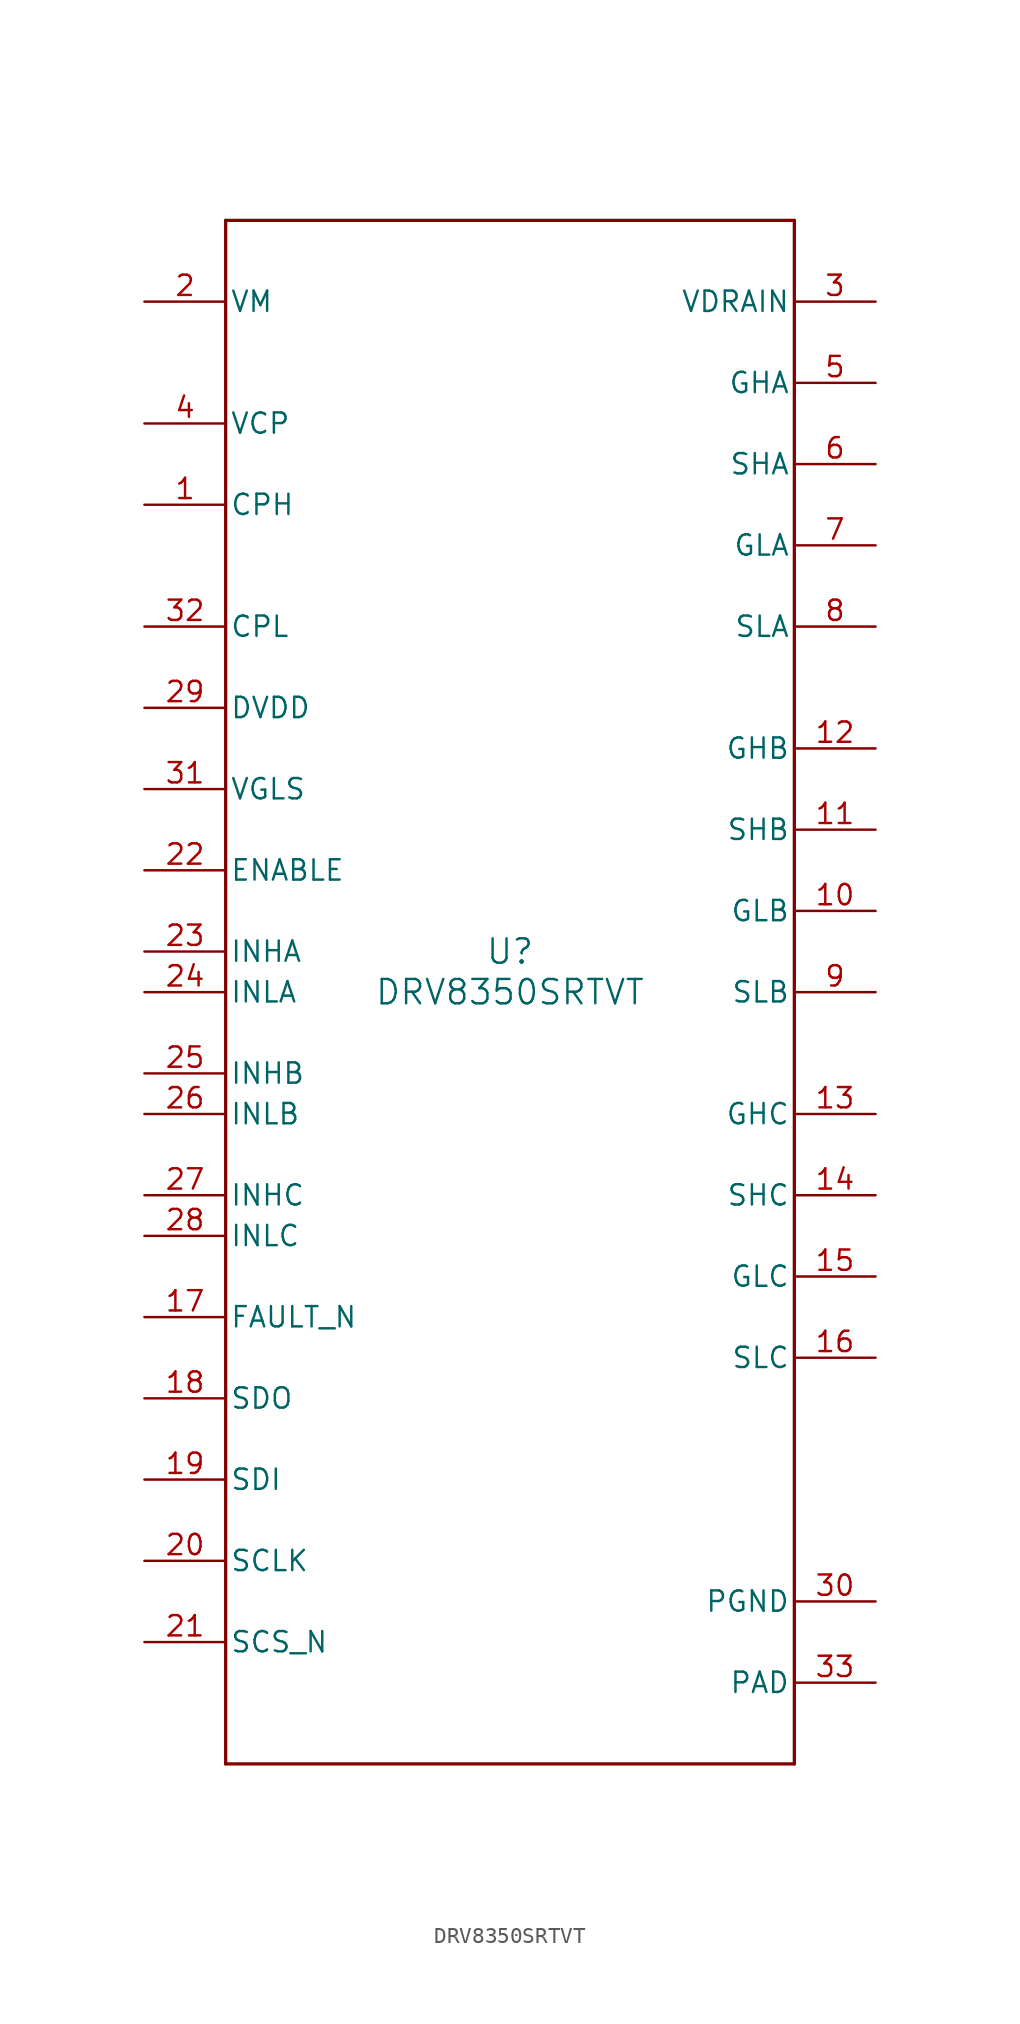
<source format=kicad_sym>
(kicad_symbol_lib
  (version 20211014)
  (generator kicad_symbol_editor)
  (symbol "DRV8350SRTVT"
    (pin_names
      (offset 0.254))
    (property "Reference" "U"
      (at 0 2.54 0)
      (effects (font (size 1.524 1.524))))
    (property "Value" "DRV8350SRTVT"
      (at 0 0 0)
      (effects (font (size 1.524 1.524))))
    (symbol "DRV8350SRTVT_0_1"
      (polyline (pts (xy -17.78 -48.26) (xy 17.78 -48.26)) (stroke (width 0.203) (type default) (color 0 0 0 0)) (fill (type none)))
      (polyline (pts (xy 17.78 -48.26) (xy 17.78 48.26)) (stroke (width 0.203) (type default) (color 0 0 0 0)) (fill (type none)))
      (polyline (pts (xy 17.78 48.26) (xy -17.78 48.26)) (stroke (width 0.203) (type default) (color 0 0 0 0)) (fill (type none)))
      (polyline (pts (xy -17.78 48.26) (xy -17.78 -48.26)) (stroke (width 0.203) (type default) (color 0 0 0 0)) (fill (type none)))
      (pin unspecified line (at -22.86 30.48 0) (length 5.08) (name "CPH" (effects (font (size 1.27 1.27)))) (number "1" (effects (font (size 1.27 1.27)))))
      (pin power_in line (at -22.86 43.18 0) (length 5.08) (name "VM" (effects (font (size 1.27 1.27)))) (number "2" (effects (font (size 1.27 1.27)))))
      (pin input line (at 22.86 43.18 180) (length 5.08) (name "VDRAIN" (effects (font (size 1.27 1.27)))) (number "3" (effects (font (size 1.27 1.27)))))
      (pin power_in line (at -22.86 35.56 0) (length 5.08) (name "VCP" (effects (font (size 1.27 1.27)))) (number "4" (effects (font (size 1.27 1.27)))))
      (pin output line (at 22.86 38.1 180) (length 5.08) (name "GHA" (effects (font (size 1.27 1.27)))) (number "5" (effects (font (size 1.27 1.27)))))
      (pin input line (at 22.86 33.02 180) (length 5.08) (name "SHA" (effects (font (size 1.27 1.27)))) (number "6" (effects (font (size 1.27 1.27)))))
      (pin output line (at 22.86 27.94 180) (length 5.08) (name "GLA" (effects (font (size 1.27 1.27)))) (number "7" (effects (font (size 1.27 1.27)))))
      (pin input line (at 22.86 22.86 180) (length 5.08) (name "SLA" (effects (font (size 1.27 1.27)))) (number "8" (effects (font (size 1.27 1.27)))))
      (pin input line (at 22.86 0 180) (length 5.08) (name "SLB" (effects (font (size 1.27 1.27)))) (number "9" (effects (font (size 1.27 1.27)))))
      (pin output line (at 22.86 5.08 180) (length 5.08) (name "GLB" (effects (font (size 1.27 1.27)))) (number "10" (effects (font (size 1.27 1.27)))))
      (pin input line (at 22.86 10.16 180) (length 5.08) (name "SHB" (effects (font (size 1.27 1.27)))) (number "11" (effects (font (size 1.27 1.27)))))
      (pin output line (at 22.86 15.24 180) (length 5.08) (name "GHB" (effects (font (size 1.27 1.27)))) (number "12" (effects (font (size 1.27 1.27)))))
      (pin output line (at 22.86 -7.62 180) (length 5.08) (name "GHC" (effects (font (size 1.27 1.27)))) (number "13" (effects (font (size 1.27 1.27)))))
      (pin input line (at 22.86 -12.7 180) (length 5.08) (name "SHC" (effects (font (size 1.27 1.27)))) (number "14" (effects (font (size 1.27 1.27)))))
      (pin output line (at 22.86 -17.78 180) (length 5.08) (name "GLC" (effects (font (size 1.27 1.27)))) (number "15" (effects (font (size 1.27 1.27)))))
      (pin input line (at 22.86 -22.86 180) (length 5.08) (name "SLC" (effects (font (size 1.27 1.27)))) (number "16" (effects (font (size 1.27 1.27)))))
      (pin open_collector line (at -22.86 -20.32 0) (length 5.08) (name "FAULT_N" (effects (font (size 1.27 1.27)))) (number "17" (effects (font (size 1.27 1.27)))))
      (pin unspecified line (at -22.86 -25.4 0) (length 5.08) (name "SDO" (effects (font (size 1.27 1.27)))) (number "18" (effects (font (size 1.27 1.27)))))
      (pin input line (at -22.86 -30.48 0) (length 5.08) (name "SDI" (effects (font (size 1.27 1.27)))) (number "19" (effects (font (size 1.27 1.27)))))
      (pin input line (at -22.86 -35.56 0) (length 5.08) (name "SCLK" (effects (font (size 1.27 1.27)))) (number "20" (effects (font (size 1.27 1.27)))))
      (pin unspecified line (at -22.86 -40.64 0) (length 5.08) (name "SCS_N" (effects (font (size 1.27 1.27)))) (number "21" (effects (font (size 1.27 1.27)))))
      (pin input line (at -22.86 7.62 0) (length 5.08) (name "ENABLE" (effects (font (size 1.27 1.27)))) (number "22" (effects (font (size 1.27 1.27)))))
      (pin input line (at -22.86 2.54 0) (length 5.08) (name "INHA" (effects (font (size 1.27 1.27)))) (number "23" (effects (font (size 1.27 1.27)))))
      (pin input line (at -22.86 0 0) (length 5.08) (name "INLA" (effects (font (size 1.27 1.27)))) (number "24" (effects (font (size 1.27 1.27)))))
      (pin input line (at -22.86 -5.08 0) (length 5.08) (name "INHB" (effects (font (size 1.27 1.27)))) (number "25" (effects (font (size 1.27 1.27)))))
      (pin input line (at -22.86 -7.62 0) (length 5.08) (name "INLB" (effects (font (size 1.27 1.27)))) (number "26" (effects (font (size 1.27 1.27)))))
      (pin input line (at -22.86 -12.7 0) (length 5.08) (name "INHC" (effects (font (size 1.27 1.27)))) (number "27" (effects (font (size 1.27 1.27)))))
      (pin input line (at -22.86 -15.24 0) (length 5.08) (name "INLC" (effects (font (size 1.27 1.27)))) (number "28" (effects (font (size 1.27 1.27)))))
      (pin power_in line (at -22.86 17.78 0) (length 5.08) (name "DVDD" (effects (font (size 1.27 1.27)))) (number "29" (effects (font (size 1.27 1.27)))))
      (pin power_in line (at 22.86 -38.1 180) (length 5.08) (name "PGND" (effects (font (size 1.27 1.27)))) (number "30" (effects (font (size 1.27 1.27)))))
      (pin power_in line (at -22.86 12.7 0) (length 5.08) (name "VGLS" (effects (font (size 1.27 1.27)))) (number "31" (effects (font (size 1.27 1.27)))))
      (pin unspecified line (at -22.86 22.86 0) (length 5.08) (name "CPL" (effects (font (size 1.27 1.27)))) (number "32" (effects (font (size 1.27 1.27)))))
      (pin power_in line (at 22.86 -43.18 180) (length 5.08) (name "PAD" (effects (font (size 1.27 1.27)))) (number "33" (effects (font (size 1.27 1.27))))))))
</source>
